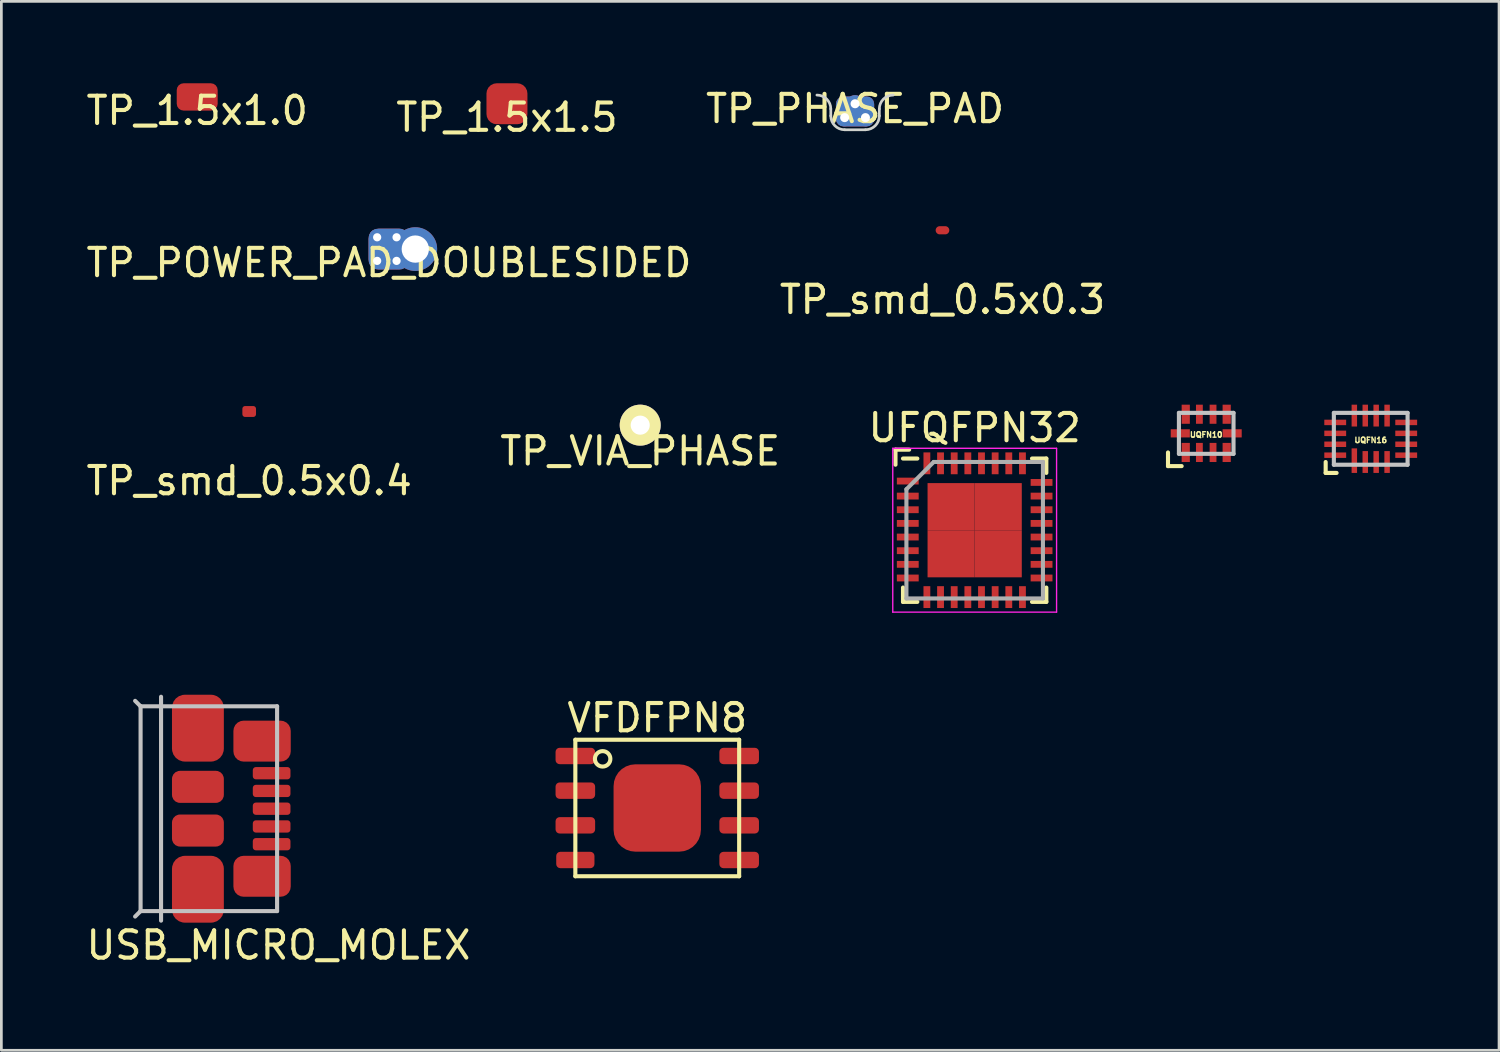
<source format=kicad_pcb>
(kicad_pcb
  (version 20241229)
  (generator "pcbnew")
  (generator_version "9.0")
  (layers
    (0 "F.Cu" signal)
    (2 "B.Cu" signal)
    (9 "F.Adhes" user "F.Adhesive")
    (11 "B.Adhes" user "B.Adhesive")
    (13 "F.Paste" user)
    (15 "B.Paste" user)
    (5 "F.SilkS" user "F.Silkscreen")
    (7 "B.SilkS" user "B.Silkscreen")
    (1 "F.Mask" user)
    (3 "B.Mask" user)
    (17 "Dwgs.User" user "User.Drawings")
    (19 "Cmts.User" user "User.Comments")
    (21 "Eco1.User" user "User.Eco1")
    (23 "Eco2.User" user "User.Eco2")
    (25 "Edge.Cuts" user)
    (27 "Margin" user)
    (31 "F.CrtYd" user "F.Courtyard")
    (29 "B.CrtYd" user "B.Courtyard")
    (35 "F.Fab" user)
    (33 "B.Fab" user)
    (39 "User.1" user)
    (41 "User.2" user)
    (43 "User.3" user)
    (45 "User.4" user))
  (footprint "TP_smd_0.5x0.4"
    (layer "F.Cu")
    (at 6.077 12.022)
    (property "Reference" "TP_smd_0.5x0.4" (at 0 2.54 0) (layer "F.SilkS") (effects (font (size 1 1) (thickness 0.15))))
    (attr through_hole)
    (pad "1" smd roundrect (at 0 0) (size 0.5 0.4) (layers "F.Cu" "F.Mask" "F.Paste") (roundrect_rratio 0.25)))
  (footprint "TP_VIA_PHASE"
    (layer "F.Cu")
    (at 20.399 12.522)
    (property "Reference" "TP_VIA_PHASE" (at 0 0.95 0) (layer "F.SilkS") (effects (font (size 1 1) (thickness 0.15))))
    (attr through_hole)
    (pad "1" thru_hole circle (at 0 0) (size 1.5 1.5) (drill 0.7) (layers "*.Cu" "*.Mask" "F.SilkS")))
  (footprint "TP_smd_0.5x0.3"
    (layer "F.Cu")
    (at 31.47 5.384)
    (property "Reference" "TP_smd_0.5x0.3" (at 0 2.54 0) (layer "F.SilkS") (effects (font (size 1 1) (thickness 0.15))))
    (attr through_hole)
    (pad "1" smd oval (at 0 0) (size 0.5 0.3) (layers "F.Cu" "F.Mask")))
  (footprint "TP_POWER_PAD_DOUBLESIDED"
    (layer "F.Cu")
    (at 11.196 6.073)
    (property "Reference" "TP_POWER_PAD_DOUBLESIDED" (at 0 0.5 0) (layer "F.SilkS") (effects (font (size 1 1) (thickness 0.15))))
    (attr through_hole)
    (fp_circle (center 0 0) (end 0.787 -0.356) (stroke (width 0.15) (type solid)) (fill no) (layer "Eco2.User"))
    (pad "1" thru_hole circle (at -0.432 -0.432) (size 0.6 0.6) (drill 0.3) (layers "*.Cu" "*.Mask"))
    (pad "1" thru_hole circle (at -0.432 0.432) (size 0.6 0.6) (drill 0.3) (layers "*.Cu" "*.Mask"))
    (pad "1" smd roundrect (at 0 0) (size 1.5 1.5) (layers "F.Cu" "F.Mask") (roundrect_rratio 0.25))
    (pad "1" smd roundrect (at 0 0) (size 1.5 1.5) (layers "B.Cu" "B.Mask") (roundrect_rratio 0.25))
    (pad "1" thru_hole circle (at 0.279 -0.432) (size 0.6 0.6) (drill 0.3) (layers "*.Cu" "*.Mask"))
    (pad "1" thru_hole circle (at 0.279 0.432) (size 0.6 0.6) (drill 0.3) (layers "*.Cu" "*.Mask"))
    (pad "1" thru_hole circle (at 0.965 0) (size 1.6 1.6) (drill 1) (layers "*.Cu" "*.Mask")))
  (footprint "UFQFPN32"
    (layer "F.Cu")
    (at 32.649 16.37)
    (property "Reference" "UFQFPN32" (at 0 -3.75 0) (layer "F.SilkS") (effects (font (size 1 1) (thickness 0.15))))
    (attr smd)
    (fp_line (start -2.9 -2.95) (end -2.9 -2.4) (stroke (width 0.15) (type solid)) (layer "F.SilkS"))
    (fp_line (start -2.9 -2.95) (end -2.4 -2.95) (stroke (width 0.15) (type solid)) (layer "F.SilkS"))
    (fp_line (start -2.625 -2.625) (end -2.1 -2.625) (stroke (width 0.15) (type solid)) (layer "F.SilkS"))
    (fp_line (start -2.625 2.625) (end -2.625 2.1) (stroke (width 0.15) (type solid)) (layer "F.SilkS"))
    (fp_line (start -2.625 2.625) (end -2.1 2.625) (stroke (width 0.15) (type solid)) (layer "F.SilkS"))
    (fp_line (start 2.625 -2.625) (end 2.1 -2.625) (stroke (width 0.15) (type solid)) (layer "F.SilkS"))
    (fp_line (start 2.625 -2.625) (end 2.625 -2.1) (stroke (width 0.15) (type solid)) (layer "F.SilkS"))
    (fp_line (start 2.625 2.625) (end 2.1 2.625) (stroke (width 0.15) (type solid)) (layer "F.SilkS"))
    (fp_line (start 2.625 2.625) (end 2.625 2.1) (stroke (width 0.15) (type solid)) (layer "F.SilkS"))
    (fp_line (start -3 -3) (end -3 3) (stroke (width 0.05) (type solid)) (layer "F.CrtYd"))
    (fp_line (start -3 -3) (end 3 -3) (stroke (width 0.05) (type solid)) (layer "F.CrtYd"))
    (fp_line (start -3 3) (end 3 3) (stroke (width 0.05) (type solid)) (layer "F.CrtYd"))
    (fp_line (start 3 -3) (end 3 3) (stroke (width 0.05) (type solid)) (layer "F.CrtYd"))
    (fp_line (start -2.5 -1.5) (end -1.5 -2.5) (stroke (width 0.15) (type solid)) (layer "F.Fab"))
    (fp_line (start -2.5 2.5) (end -2.5 -1.5) (stroke (width 0.15) (type solid)) (layer "F.Fab"))
    (fp_line (start -1.5 -2.5) (end 2.5 -2.5) (stroke (width 0.15) (type solid)) (layer "F.Fab"))
    (fp_line (start 2.5 -2.5) (end 2.5 2.5) (stroke (width 0.15) (type solid)) (layer "F.Fab"))
    (fp_line (start 2.5 2.5) (end -2.5 2.5) (stroke (width 0.15) (type solid)) (layer "F.Fab"))
    (pad "1" smd rect (at -2.45 -1.8) (size 0.8 0.25) (layers "F.Cu" "F.Mask" "F.Paste"))
    (pad "2" smd rect (at -2.45 -1.25) (size 0.8 0.25) (layers "F.Cu" "F.Mask" "F.Paste"))
    (pad "3" smd rect (at -2.45 -0.75) (size 0.8 0.25) (layers "F.Cu" "F.Mask" "F.Paste"))
    (pad "4" smd rect (at -2.45 -0.25) (size 0.8 0.25) (layers "F.Cu" "F.Mask" "F.Paste"))
    (pad "5" smd rect (at -2.45 0.25) (size 0.8 0.25) (layers "F.Cu" "F.Mask" "F.Paste"))
    (pad "6" smd rect (at -2.45 0.75) (size 0.8 0.25) (layers "F.Cu" "F.Mask" "F.Paste"))
    (pad "7" smd rect (at -2.45 1.25) (size 0.8 0.25) (layers "F.Cu" "F.Mask" "F.Paste"))
    (pad "8" smd rect (at -2.45 1.75) (size 0.8 0.25) (layers "F.Cu" "F.Mask" "F.Paste"))
    (pad "9" smd rect (at -1.75 2.45 90) (size 0.8 0.25) (layers "F.Cu" "F.Mask" "F.Paste"))
    (pad "10" smd rect (at -1.25 2.45 90) (size 0.8 0.25) (layers "F.Cu" "F.Mask" "F.Paste"))
    (pad "11" smd rect (at -0.75 2.45 90) (size 0.8 0.25) (layers "F.Cu" "F.Mask" "F.Paste"))
    (pad "12" smd rect (at -0.25 2.45 90) (size 0.8 0.25) (layers "F.Cu" "F.Mask" "F.Paste"))
    (pad "13" smd rect (at 0.25 2.45 90) (size 0.8 0.25) (layers "F.Cu" "F.Mask" "F.Paste"))
    (pad "14" smd rect (at 0.75 2.45 90) (size 0.8 0.25) (layers "F.Cu" "F.Mask" "F.Paste"))
    (pad "15" smd rect (at 1.25 2.45 90) (size 0.8 0.25) (layers "F.Cu" "F.Mask" "F.Paste"))
    (pad "16" smd rect (at 1.75 2.45 90) (size 0.8 0.25) (layers "F.Cu" "F.Mask" "F.Paste"))
    (pad "17" smd rect (at 2.45 1.75) (size 0.8 0.25) (layers "F.Cu" "F.Mask" "F.Paste"))
    (pad "18" smd rect (at 2.45 1.25) (size 0.8 0.25) (layers "F.Cu" "F.Mask" "F.Paste"))
    (pad "19" smd rect (at 2.45 0.75) (size 0.8 0.25) (layers "F.Cu" "F.Mask" "F.Paste"))
    (pad "20" smd rect (at 2.45 0.25) (size 0.8 0.25) (layers "F.Cu" "F.Mask" "F.Paste"))
    (pad "21" smd rect (at 2.45 -0.25) (size 0.8 0.25) (layers "F.Cu" "F.Mask" "F.Paste"))
    (pad "22" smd rect (at 2.45 -0.75) (size 0.8 0.25) (layers "F.Cu" "F.Mask" "F.Paste"))
    (pad "23" smd rect (at 2.45 -1.25) (size 0.8 0.25) (layers "F.Cu" "F.Mask" "F.Paste"))
    (pad "24" smd rect (at 2.45 -1.75) (size 0.8 0.25) (layers "F.Cu" "F.Mask" "F.Paste"))
    (pad "25" smd rect (at 1.75 -2.45 90) (size 0.8 0.25) (layers "F.Cu" "F.Mask" "F.Paste"))
    (pad "26" smd rect (at 1.25 -2.45 90) (size 0.8 0.25) (layers "F.Cu" "F.Mask" "F.Paste"))
    (pad "27" smd rect (at 0.75 -2.45 90) (size 0.8 0.25) (layers "F.Cu" "F.Mask" "F.Paste"))
    (pad "28" smd rect (at 0.25 -2.45 90) (size 0.8 0.25) (layers "F.Cu" "F.Mask" "F.Paste"))
    (pad "29" smd rect (at -0.25 -2.45 90) (size 0.8 0.25) (layers "F.Cu" "F.Mask" "F.Paste"))
    (pad "30" smd rect (at -0.75 -2.45 90) (size 0.8 0.25) (layers "F.Cu" "F.Mask" "F.Paste"))
    (pad "31" smd rect (at -1.25 -2.45 90) (size 0.8 0.25) (layers "F.Cu" "F.Mask" "F.Paste"))
    (pad "32" smd rect (at -1.75 -2.45 90) (size 0.8 0.25) (layers "F.Cu" "F.Mask" "F.Paste"))
    (pad "33" smd rect (at -0.863 -0.863) (size 1.725 1.725) (layers "F.Cu" "F.Mask" "F.Paste"))
    (pad "33" smd rect (at -0.863 0.863) (size 1.725 1.725) (layers "F.Cu" "F.Mask" "F.Paste"))
    (pad "33" smd rect (at 0.863 -0.863) (size 1.725 1.725) (layers "F.Cu" "F.Mask" "F.Paste"))
    (pad "33" smd rect (at 0.863 0.863) (size 1.725 1.725) (layers "F.Cu" "F.Mask" "F.Paste")))
  (footprint "TP_PHASE_PAD"
    (layer "F.Cu")
    (at 28.268 0.432)
    (property "Reference" "TP_PHASE_PAD" (at 0 0.5 0) (layer "F.SilkS") (effects (font (size 1 1) (thickness 0.15))))
    (attr through_hole)
    (fp_circle (center 0 0.635) (end 0.762 0) (stroke (width 0.15) (type solid)) (fill no) (layer "Eco2.User"))
    (fp_line (start -0.889 0.508) (end -0.889 0.762) (stroke (width 0.1) (type solid)) (layer "Edge.Cuts"))
    (fp_line (start -0.381 1.27) (end 0.381 1.27) (stroke (width 0.1) (type solid)) (layer "Edge.Cuts"))
    (fp_line (start 0.889 0.762) (end 0.889 0.508) (stroke (width 0.1) (type solid)) (layer "Edge.Cuts"))
    (fp_arc (start -1.397 0) (mid -1.03779 0.14879) (end -0.889 0.508) (stroke (width 0.1) (type solid)) (layer "Edge.Cuts"))
    (fp_arc (start -0.381 1.27) (mid -0.74021 1.12121) (end -0.889 0.762) (stroke (width 0.1) (type solid)) (layer "Edge.Cuts"))
    (fp_arc (start 0.889 0.508) (mid 1.03779 0.14879) (end 1.397 0) (stroke (width 0.1) (type solid)) (layer "Edge.Cuts"))
    (fp_arc (start 0.889 0.762) (mid 0.74021 1.12121) (end 0.381 1.27) (stroke (width 0.1) (type solid)) (layer "Edge.Cuts"))
    (pad "1" thru_hole circle (at -0.381 0.826) (size 0.635 0.635) (drill 0.33) (layers "*.Cu" "*.Mask"))
    (pad "1" thru_hole circle (at 0 0.318) (size 0.635 0.635) (drill 0.33) (layers "*.Cu" "*.Mask"))
    (pad "1" smd roundrect (at 0 0.6) (size 1.4 1.1) (layers "F.Cu" "F.Mask") (roundrect_rratio 0.25))
    (pad "1" smd roundrect (at 0 0.6) (size 1.4 1.1) (layers "B.Cu" "B.Mask") (roundrect_rratio 0.25))
    (pad "1" thru_hole circle (at 0.381 0.826) (size 0.635 0.635) (drill 0.33) (layers "*.Cu" "*.Mask")))
  (footprint "VFDFPN8"
    (layer "F.Cu")
    (at 21.023 26.544)
    (property "Reference" "VFDFPN8" (at 0 -3.3 180) (layer "F.SilkS") (effects (font (size 1 1) (thickness 0.15))))
    (attr through_hole)
    (fp_line (start -3 -2.5) (end 3 -2.5) (stroke (width 0.15) (type solid)) (layer "F.SilkS"))
    (fp_line (start -3 2.5) (end -3 -2.5) (stroke (width 0.15) (type solid)) (layer "F.SilkS"))
    (fp_line (start 3 -2.5) (end 3 2.5) (stroke (width 0.15) (type solid)) (layer "F.SilkS"))
    (fp_line (start 3 2.5) (end -3 2.5) (stroke (width 0.15) (type solid)) (layer "F.SilkS"))
    (fp_circle (center -2 -1.8) (end -1.8 -1.6) (stroke (width 0.15) (type solid)) (fill no) (layer "F.SilkS"))
    (pad "1" smd roundrect (at -3 -1.905) (size 1.45 0.6) (layers "F.Cu" "F.Mask" "F.Paste") (roundrect_rratio 0.25))
    (pad "2" smd roundrect (at -3 -0.635) (size 1.45 0.6) (layers "F.Cu" "F.Mask" "F.Paste") (roundrect_rratio 0.25))
    (pad "3" smd roundrect (at -3 0.635) (size 1.45 0.6) (layers "F.Cu" "F.Mask" "F.Paste") (roundrect_rratio 0.25))
    (pad "4" smd roundrect (at -3 1.905) (size 1.4 0.6) (layers "F.Cu" "F.Mask" "F.Paste") (roundrect_rratio 0.25))
    (pad "4" smd roundrect (at 0 0) (size 3.2 3.2) (layers "F.Cu" "F.Mask" "F.Paste") (roundrect_rratio 0.25))
    (pad "5" smd roundrect (at 3 1.905) (size 1.45 0.6) (layers "F.Cu" "F.Mask" "F.Paste") (roundrect_rratio 0.25))
    (pad "6" smd roundrect (at 3 0.635) (size 1.45 0.6) (layers "F.Cu" "F.Mask" "F.Paste") (roundrect_rratio 0.25))
    (pad "7" smd roundrect (at 3 -0.635) (size 1.45 0.6) (layers "F.Cu" "F.Mask" "F.Paste") (roundrect_rratio 0.25))
    (pad "8" smd roundrect (at 3 -1.905) (size 1.45 0.6) (layers "F.Cu" "F.Mask" "F.Paste") (roundrect_rratio 0.25)))
  (footprint "UQFN16"
    (layer "F.Cu")
    (at 47.155 13.022)
    (property "Reference" "UQFN16" (at 0 0.05 0) (layer "F.SilkS") (effects (font (size 0.2 0.2) (thickness 0.05))))
    (attr through_hole)
    (fp_line (start -1.65 1.25) (end -1.65 0.85) (stroke (width 0.15) (type solid)) (layer "F.SilkS"))
    (fp_line (start -1.65 1.25) (end -1.25 1.25) (stroke (width 0.15) (type solid)) (layer "F.SilkS"))
    (fp_line (start -1.35 -0.95) (end 1.35 -0.95) (stroke (width 0.15) (type solid)) (layer "Dwgs.User"))
    (fp_line (start -1.35 0.95) (end -1.35 -0.95) (stroke (width 0.15) (type solid)) (layer "Dwgs.User"))
    (fp_line (start 1.35 -0.95) (end 1.35 0.95) (stroke (width 0.15) (type solid)) (layer "Dwgs.User"))
    (fp_line (start 1.35 0.95) (end -1.35 0.95) (stroke (width 0.15) (type solid)) (layer "Dwgs.User"))
    (pad "1" smd rect (at -0.6 0.8) (size 0.2 0.9) (layers "F.Cu" "F.Mask" "F.Paste"))
    (pad "2" smd rect (at -0.2 0.85) (size 0.2 0.8) (layers "F.Cu" "F.Mask" "F.Paste"))
    (pad "3" smd rect (at 0.2 0.85) (size 0.2 0.8) (layers "F.Cu" "F.Mask" "F.Paste"))
    (pad "4" smd rect (at 0.6 0.85) (size 0.2 0.8) (layers "F.Cu" "F.Mask" "F.Paste"))
    (pad "5" smd rect (at 1.3 0.6) (size 0.8 0.2) (layers "F.Cu" "F.Mask" "F.Paste"))
    (pad "6" smd rect (at 1.3 0.2) (size 0.8 0.2) (layers "F.Cu" "F.Mask" "F.Paste"))
    (pad "7" smd rect (at 1.3 -0.2) (size 0.8 0.2) (layers "F.Cu" "F.Mask" "F.Paste"))
    (pad "8" smd rect (at 1.3 -0.6) (size 0.8 0.2) (layers "F.Cu" "F.Mask" "F.Paste"))
    (pad "9" smd rect (at 0.6 -0.85) (size 0.2 0.8) (layers "F.Cu" "F.Mask" "F.Paste"))
    (pad "10" smd rect (at 0.2 -0.85) (size 0.2 0.8) (layers "F.Cu" "F.Mask" "F.Paste"))
    (pad "11" smd rect (at -0.2 -0.85) (size 0.2 0.8) (layers "F.Cu" "F.Mask" "F.Paste"))
    (pad "12" smd rect (at -0.6 -0.85) (size 0.2 0.8) (layers "F.Cu" "F.Mask" "F.Paste"))
    (pad "13" smd rect (at -1.3 -0.6) (size 0.8 0.2) (layers "F.Cu" "F.Mask" "F.Paste"))
    (pad "14" smd rect (at -1.3 -0.2) (size 0.8 0.2) (layers "F.Cu" "F.Mask" "F.Paste"))
    (pad "15" smd rect (at -1.3 0.2) (size 0.8 0.2) (layers "F.Cu" "F.Mask" "F.Paste"))
    (pad "16" smd rect (at -1.3 0.6) (size 0.8 0.2) (layers "F.Cu" "F.Mask" "F.Paste")))
  (footprint "TP_1.5x1.0"
    (layer "F.Cu")
    (at 4.173 0.5)
    (property "Reference" "TP_1.5x1.0" (at 0 0.5 0) (layer "F.SilkS") (effects (font (size 1 1) (thickness 0.15))))
    (attr through_hole)
    (pad "1" smd roundrect (at 0 0) (size 1.5 1) (layers "F.Cu" "F.Mask") (roundrect_rratio 0.25)))
  (footprint "USB_MICRO_MOLEX"
    (layer "F.Cu")
    (at 6.899 26.57)
    (property "Reference" "USB_MICRO_MOLEX" (at 0.25 5 0) (layer "F.SilkS") (effects (font (size 1 1) (thickness 0.15))))
    (attr through_hole)
    (fp_line (start -4.8 -3.75) (end -5 -3.95) (stroke (width 0.15) (type solid)) (layer "Dwgs.User"))
    (fp_line (start -4.8 -3.75) (end -4.8 3.75) (stroke (width 0.15) (type solid)) (layer "Dwgs.User"))
    (fp_line (start -4.8 -3.75) (end 0.2 -3.75) (stroke (width 0.15) (type solid)) (layer "Dwgs.User"))
    (fp_line (start -4.8 3.75) (end -5 3.95) (stroke (width 0.15) (type solid)) (layer "Dwgs.User"))
    (fp_line (start -4.8 3.75) (end 0.2 3.75) (stroke (width 0.15) (type solid)) (layer "Dwgs.User"))
    (fp_line (start -4.05 -4.1) (end -4.05 4.1) (stroke (width 0.15) (type solid)) (layer "Dwgs.User"))
    (fp_line (start 0.2 -3.75) (end 0.2 3.75) (stroke (width 0.15) (type solid)) (layer "Dwgs.User"))
    (pad "1" smd roundrect (at 0 -1.3) (size 1.38 0.45) (layers "F.Cu" "F.Mask" "F.Paste") (roundrect_rratio 0.25))
    (pad "2" smd roundrect (at 0 -0.65) (size 1.38 0.45) (layers "F.Cu" "F.Mask" "F.Paste") (roundrect_rratio 0.25))
    (pad "3" smd roundrect (at 0 0) (size 1.38 0.45) (layers "F.Cu" "F.Mask" "F.Paste") (roundrect_rratio 0.25))
    (pad "4" smd roundrect (at 0 0.65) (size 1.38 0.45) (layers "F.Cu" "F.Mask" "F.Paste") (roundrect_rratio 0.25))
    (pad "5" smd roundrect (at -2.7 -2.95) (size 1.9 2.45) (layers "F.Cu" "F.Mask" "F.Paste") (roundrect_rratio 0.25))
    (pad "5" smd roundrect (at -2.7 -0.8) (size 1.9 1.175) (layers "F.Cu" "F.Mask" "F.Paste") (roundrect_rratio 0.25))
    (pad "5" smd roundrect (at -2.7 0.8) (size 1.9 1.175) (layers "F.Cu" "F.Mask" "F.Paste") (roundrect_rratio 0.25))
    (pad "5" smd roundrect (at -2.7 2.95) (size 1.9 2.45) (layers "F.Cu" "F.Mask" "F.Paste") (roundrect_rratio 0.25))
    (pad "5" smd roundrect (at -0.35 -2.475) (size 2.1 1.5) (layers "F.Cu" "F.Mask" "F.Paste") (roundrect_rratio 0.25))
    (pad "5" smd roundrect (at -0.35 2.475) (size 2.1 1.5) (layers "F.Cu" "F.Mask" "F.Paste") (roundrect_rratio 0.25))
    (pad "5" smd roundrect (at 0 1.3) (size 1.38 0.45) (layers "F.Cu" "F.Mask" "F.Paste") (roundrect_rratio 0.25)))
  (footprint "TP_1.5x1.5"
    (layer "F.Cu")
    (at 15.518 0.75)
    (property "Reference" "TP_1.5x1.5" (at 0 0.5 0) (layer "F.SilkS") (effects (font (size 1 1) (thickness 0.15))))
    (attr through_hole)
    (pad "1" smd roundrect (at 0 0) (size 1.5 1.5) (layers "F.Cu" "F.Mask" "F.Paste") (roundrect_rratio 0.25)))
  (footprint "UQFN10"
    (layer "F.Cu")
    (at 41.13 12.822)
    (property "Reference" "UQFN10" (at 0 0.05 0) (layer "F.SilkS") (effects (font (size 0.2 0.2) (thickness 0.05))))
    (attr through_hole)
    (fp_line (start -1.4 1.2) (end -1.4 0.7) (stroke (width 0.15) (type solid)) (layer "F.SilkS"))
    (fp_line (start -1.4 1.2) (end -0.9 1.2) (stroke (width 0.15) (type solid)) (layer "F.SilkS"))
    (fp_line (start -1 -0.75) (end 1 -0.75) (stroke (width 0.15) (type solid)) (layer "Dwgs.User"))
    (fp_line (start -1 0.75) (end -1 -0.75) (stroke (width 0.15) (type solid)) (layer "Dwgs.User"))
    (fp_line (start 1 -0.75) (end 1 0.75) (stroke (width 0.15) (type solid)) (layer "Dwgs.User"))
    (fp_line (start 1 0.75) (end -1 0.75) (stroke (width 0.15) (type solid)) (layer "Dwgs.User"))
    (pad "1" smd rect (at -0.75 0.7) (size 0.3 0.7) (layers "F.Cu" "F.Mask" "F.Paste"))
    (pad "2" smd rect (at -0.25 0.7) (size 0.25 0.7) (layers "F.Cu" "F.Mask" "F.Paste"))
    (pad "3" smd rect (at 0.25 0.7) (size 0.25 0.7) (layers "F.Cu" "F.Mask" "F.Paste"))
    (pad "4" smd rect (at 0.75 0.7) (size 0.3 0.7) (layers "F.Cu" "F.Mask" "F.Paste"))
    (pad "5" smd rect (at 0.95 0) (size 0.7 0.3) (layers "F.Cu" "F.Mask" "F.Paste"))
    (pad "6" smd rect (at 0.75 -0.7) (size 0.3 0.7) (layers "F.Cu" "F.Mask" "F.Paste"))
    (pad "7" smd rect (at 0.25 -0.7) (size 0.25 0.7) (layers "F.Cu" "F.Mask" "F.Paste"))
    (pad "8" smd rect (at -0.25 -0.7) (size 0.25 0.7) (layers "F.Cu" "F.Mask" "F.Paste"))
    (pad "9" smd rect (at -0.75 -0.7) (size 0.3 0.7) (layers "F.Cu" "F.Mask" "F.Paste"))
    (pad "10" smd rect (at -0.95 0) (size 0.7 0.3) (layers "F.Cu" "F.Mask" "F.Paste")))
  (gr_rect
    (start -3 -3)
    (end 51.855 35.419)
    (stroke (width 0.1) (type default))
    (fill no)
    (layer "Edge.Cuts")))
</source>
